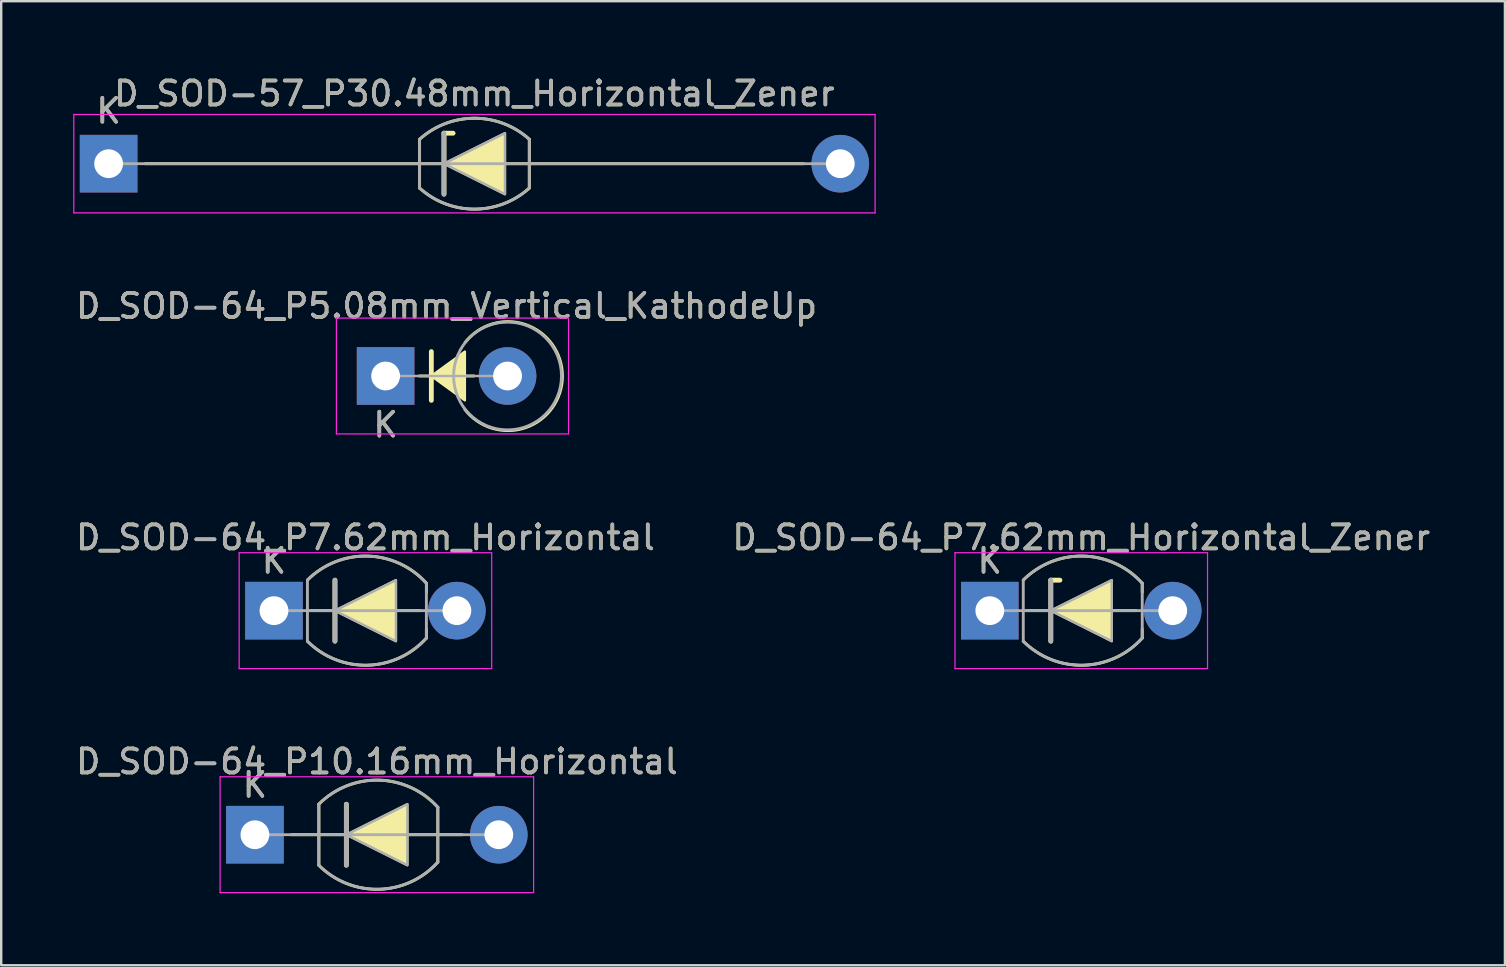
<source format=kicad_pcb>
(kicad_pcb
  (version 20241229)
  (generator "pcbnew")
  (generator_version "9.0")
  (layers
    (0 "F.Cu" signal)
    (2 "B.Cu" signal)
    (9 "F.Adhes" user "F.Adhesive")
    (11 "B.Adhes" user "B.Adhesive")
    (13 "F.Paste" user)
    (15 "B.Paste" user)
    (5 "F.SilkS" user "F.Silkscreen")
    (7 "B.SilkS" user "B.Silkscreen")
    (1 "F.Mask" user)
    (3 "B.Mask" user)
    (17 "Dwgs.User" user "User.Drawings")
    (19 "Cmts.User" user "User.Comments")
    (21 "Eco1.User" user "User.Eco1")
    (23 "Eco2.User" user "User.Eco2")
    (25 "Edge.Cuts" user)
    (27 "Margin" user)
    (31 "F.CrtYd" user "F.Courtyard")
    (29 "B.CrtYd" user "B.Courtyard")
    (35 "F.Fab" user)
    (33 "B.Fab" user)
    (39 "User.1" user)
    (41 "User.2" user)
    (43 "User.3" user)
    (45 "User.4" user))
  (footprint "D_SOD-64_P7.62mm_Horizontal"
    (layer "F.Cu")
    (at 8.363 22.389)
    (property "Reference" "D_SOD-64_P7.62mm_Horizontal" (at 3.81 -3.048 0) (layer "F.SilkS") (effects (font (size 1 1) (thickness 0.15))))
    (attr through_hole)
    (fp_line (start 1.524 0) (end 6.096 0) (stroke (width 0.12) (type solid)) (layer "F.SilkS"))
    (fp_line (start 2.54 1.27) (end 2.54 -1.27) (stroke (width 0.2) (type solid)) (layer "F.SilkS"))
    (fp_line (start 6.35 -1.143) (end 6.35 -0.762) (stroke (width 0.12) (type solid)) (layer "F.SilkS"))
    (fp_line (start 6.35 1.143) (end 6.35 0.762) (stroke (width 0.12) (type solid)) (layer "F.SilkS"))
    (fp_arc (start 1.39366 -1.27334) (mid 3.899833 -2.273039) (end 6.349998 -1.143) (stroke (width 0.12) (type solid)) (layer "F.SilkS"))
    (fp_arc (start 6.35 1.143) (mid 3.900216 2.273029) (end 1.394202 1.273879) (stroke (width 0.12) (type solid)) (layer "F.SilkS"))
    (fp_poly (pts (xy 5.08 1.27) (xy 2.54 0) (xy 5.08 -1.27)) (stroke (width 0.1) (type solid)) (fill yes) (layer "F.SilkS"))
    (fp_line (start -1.45 -2.413) (end -1.45 2.413) (stroke (width 0.05) (type solid)) (layer "F.CrtYd"))
    (fp_line (start -1.45 2.413) (end 9.07 2.413) (stroke (width 0.05) (type solid)) (layer "F.CrtYd"))
    (fp_line (start 9.07 -2.413) (end -1.45 -2.413) (stroke (width 0.05) (type solid)) (layer "F.CrtYd"))
    (fp_line (start 9.07 2.413) (end 9.07 -2.413) (stroke (width 0.05) (type solid)) (layer "F.CrtYd"))
    (fp_line (start 0.254 0) (end 7.366 0) (stroke (width 0.12) (type solid)) (layer "F.Fab"))
    (fp_line (start 1.394 1.274) (end 1.394 -1.273) (stroke (width 0.12) (type solid)) (layer "F.Fab"))
    (fp_line (start 2.54 1.27) (end 2.54 -1.27) (stroke (width 0.2) (type solid)) (layer "F.Fab"))
    (fp_line (start 6.35 -1.143) (end 6.35 1.143) (stroke (width 0.12) (type solid)) (layer "F.Fab"))
    (fp_arc (start 1.3942 -1.273879) (mid 3.900214 -2.273029) (end 6.349998 -1.143) (stroke (width 0.12) (type solid)) (layer "F.Fab"))
    (fp_arc (start 6.35 1.143) (mid 3.900216 2.273029) (end 1.394202 1.273879) (stroke (width 0.12) (type solid)) (layer "F.Fab"))
    (fp_poly (pts (xy 5.08 1.27) (xy 2.54 0) (xy 5.08 -1.27)) (stroke (width 0.1) (type solid)) (fill no) (layer "F.Fab"))
    (fp_text user "K" (at 0 -2.073 0) (layer "F.SilkS") (effects (font (size 1 1) (thickness 0.15))))
    (fp_text user "${REFERENCE}" (at 3.81 -3.048 0) (layer "F.Fab") (effects (font (size 1 1) (thickness 0.15))))
    (fp_text user "K" (at 0 -2.073 0) (layer "F.Fab") (effects (font (size 1 1) (thickness 0.15))))
    (pad "1" thru_hole rect (at 0 0) (size 2.4 2.4) (drill 1.2) (layers "*.Cu" "*.Mask"))
    (pad "2" thru_hole oval (at 7.62 0) (size 2.4 2.4) (drill 1.2) (layers "*.Cu" "*.Mask")))
  (footprint "D_SOD-64_P7.62mm_Horizontal_Zener"
    (layer "F.Cu")
    (at 38.184 22.389)
    (property "Reference" "D_SOD-64_P7.62mm_Horizontal_Zener" (at 3.81 -3.048 0) (layer "F.SilkS") (effects (font (size 1 1) (thickness 0.15))))
    (attr through_hole)
    (fp_line (start 1.524 0) (end 6.096 0) (stroke (width 0.12) (type solid)) (layer "F.SilkS"))
    (fp_line (start 2.54 -1.27) (end 2.921 -1.27) (stroke (width 0.2) (type solid)) (layer "F.SilkS"))
    (fp_line (start 2.54 1.27) (end 2.54 -1.27) (stroke (width 0.2) (type solid)) (layer "F.SilkS"))
    (fp_line (start 6.35 -1.143) (end 6.35 -0.762) (stroke (width 0.12) (type solid)) (layer "F.SilkS"))
    (fp_line (start 6.35 1.143) (end 6.35 0.762) (stroke (width 0.12) (type solid)) (layer "F.SilkS"))
    (fp_arc (start 1.39366 -1.27334) (mid 3.899833 -2.273039) (end 6.349998 -1.143) (stroke (width 0.12) (type solid)) (layer "F.SilkS"))
    (fp_arc (start 6.35 1.143) (mid 3.900216 2.273029) (end 1.394202 1.273879) (stroke (width 0.12) (type solid)) (layer "F.SilkS"))
    (fp_poly (pts (xy 5.08 1.27) (xy 2.54 0) (xy 5.08 -1.27)) (stroke (width 0.1) (type solid)) (fill yes) (layer "F.SilkS"))
    (fp_line (start -1.45 -2.413) (end -1.45 2.413) (stroke (width 0.05) (type solid)) (layer "F.CrtYd"))
    (fp_line (start -1.45 2.413) (end 9.07 2.413) (stroke (width 0.05) (type solid)) (layer "F.CrtYd"))
    (fp_line (start 9.07 -2.413) (end -1.45 -2.413) (stroke (width 0.05) (type solid)) (layer "F.CrtYd"))
    (fp_line (start 9.07 2.413) (end 9.07 -2.413) (stroke (width 0.05) (type solid)) (layer "F.CrtYd"))
    (fp_line (start 0.254 0) (end 7.366 0) (stroke (width 0.12) (type solid)) (layer "F.Fab"))
    (fp_line (start 1.394 1.274) (end 1.394 -1.273) (stroke (width 0.12) (type solid)) (layer "F.Fab"))
    (fp_line (start 2.54 1.27) (end 2.54 -1.27) (stroke (width 0.2) (type solid)) (layer "F.Fab"))
    (fp_line (start 6.35 -1.143) (end 6.35 1.143) (stroke (width 0.12) (type solid)) (layer "F.Fab"))
    (fp_arc (start 1.3942 -1.273879) (mid 3.900214 -2.273029) (end 6.349998 -1.143) (stroke (width 0.12) (type solid)) (layer "F.Fab"))
    (fp_arc (start 6.35 1.143) (mid 3.900216 2.273029) (end 1.394202 1.273879) (stroke (width 0.12) (type solid)) (layer "F.Fab"))
    (fp_poly (pts (xy 5.08 1.27) (xy 2.54 0) (xy 5.08 -1.27)) (stroke (width 0.1) (type solid)) (fill no) (layer "F.Fab"))
    (fp_text user "K" (at 0 -2.073 0) (layer "F.SilkS") (effects (font (size 1 1) (thickness 0.15))))
    (fp_text user "${REFERENCE}" (at 3.81 -3.048 0) (layer "F.Fab") (effects (font (size 1 1) (thickness 0.15))))
    (fp_text user "K" (at 0 -2.073 0) (layer "F.Fab") (effects (font (size 1 1) (thickness 0.15))))
    (pad "1" thru_hole rect (at 0 0) (size 2.4 2.4) (drill 1.2) (layers "*.Cu" "*.Mask"))
    (pad "2" thru_hole oval (at 7.62 0) (size 2.4 2.4) (drill 1.2) (layers "*.Cu" "*.Mask")))
  (footprint "D_SOD-64_P10.16mm_Horizontal"
    (layer "F.Cu")
    (at 7.569 31.723)
    (property "Reference" "D_SOD-64_P10.16mm_Horizontal" (at 5.08 -3.048 0) (layer "F.SilkS") (effects (font (size 1 1) (thickness 0.15))))
    (attr through_hole)
    (fp_line (start 1.524 0) (end 8.636 0) (stroke (width 0.12) (type solid)) (layer "F.SilkS"))
    (fp_line (start 2.664 1.27) (end 2.664 -1.273) (stroke (width 0.12) (type solid)) (layer "F.SilkS"))
    (fp_line (start 3.81 1.27) (end 3.81 -1.27) (stroke (width 0.2) (type solid)) (layer "F.SilkS"))
    (fp_line (start 7.62 -1.143) (end 7.62 1.143) (stroke (width 0.12) (type solid)) (layer "F.SilkS"))
    (fp_arc (start 2.66366 -1.27334) (mid 5.169833 -2.273039) (end 7.619998 -1.143) (stroke (width 0.12) (type solid)) (layer "F.SilkS"))
    (fp_arc (start 7.62 1.143) (mid 5.170216 2.273029) (end 2.664202 1.273879) (stroke (width 0.12) (type solid)) (layer "F.SilkS"))
    (fp_poly (pts (xy 6.35 1.27) (xy 3.81 0) (xy 6.35 -1.27)) (stroke (width 0.1) (type solid)) (fill yes) (layer "F.SilkS"))
    (fp_line (start -1.45 -2.413) (end -1.45 2.413) (stroke (width 0.05) (type solid)) (layer "F.CrtYd"))
    (fp_line (start -1.45 2.413) (end 11.61 2.413) (stroke (width 0.05) (type solid)) (layer "F.CrtYd"))
    (fp_line (start 11.61 -2.413) (end -1.45 -2.413) (stroke (width 0.05) (type solid)) (layer "F.CrtYd"))
    (fp_line (start 11.61 2.413) (end 11.61 -2.413) (stroke (width 0.05) (type solid)) (layer "F.CrtYd"))
    (fp_line (start 0 0) (end 10.16 0) (stroke (width 0.12) (type solid)) (layer "F.Fab"))
    (fp_line (start 2.664 1.274) (end 2.664 -1.273) (stroke (width 0.12) (type solid)) (layer "F.Fab"))
    (fp_line (start 3.81 1.27) (end 3.81 -1.27) (stroke (width 0.2) (type solid)) (layer "F.Fab"))
    (fp_line (start 7.62 -1.143) (end 7.62 1.143) (stroke (width 0.12) (type solid)) (layer "F.Fab"))
    (fp_arc (start 2.6642 -1.273879) (mid 5.170214 -2.273029) (end 7.619998 -1.143) (stroke (width 0.12) (type solid)) (layer "F.Fab"))
    (fp_arc (start 7.62 1.143) (mid 5.170216 2.273029) (end 2.664202 1.273879) (stroke (width 0.12) (type solid)) (layer "F.Fab"))
    (fp_poly (pts (xy 6.35 1.27) (xy 3.81 0) (xy 6.35 -1.27)) (stroke (width 0.1) (type solid)) (fill no) (layer "F.Fab"))
    (fp_text user "K" (at 0 -2.073 0) (layer "F.SilkS") (effects (font (size 1 1) (thickness 0.15))))
    (fp_text user "K" (at 0 -2.073 0) (layer "F.Fab") (effects (font (size 1 1) (thickness 0.15))))
    (fp_text user "${REFERENCE}" (at 5.08 -3.048 0) (layer "F.Fab") (effects (font (size 1 1) (thickness 0.15))))
    (pad "1" thru_hole rect (at 0 0) (size 2.4 2.4) (drill 1.2) (layers "*.Cu" "*.Mask"))
    (pad "2" thru_hole oval (at 10.16 0) (size 2.4 2.4) (drill 1.2) (layers "*.Cu" "*.Mask")))
  (footprint "D_SOD-57_P30.48mm_Horizontal_Zener"
    (layer "F.Cu")
    (at 1.475 3.769)
    (property "Reference" "D_SOD-57_P30.48mm_Horizontal_Zener" (at 15.24 -2.92 0) (layer "F.SilkS") (effects (font (size 1 1) (thickness 0.15))))
    (attr through_hole)
    (fp_line (start 1.524 0) (end 28.956 0) (stroke (width 0.12) (type solid)) (layer "F.SilkS"))
    (fp_line (start 12.954 -1.016) (end 12.954 1.016) (stroke (width 0.12) (type solid)) (layer "F.SilkS"))
    (fp_line (start 13.97 -1.27) (end 14.351 -1.27) (stroke (width 0.2) (type solid)) (layer "F.SilkS"))
    (fp_line (start 13.97 1.27) (end 13.97 -1.27) (stroke (width 0.2) (type solid)) (layer "F.SilkS"))
    (fp_line (start 17.526 -1.016) (end 17.526 1.016) (stroke (width 0.12) (type solid)) (layer "F.SilkS"))
    (fp_arc (start 12.954 -1.016) (mid 15.239999 -1.89322) (end 17.525998 -1.016) (stroke (width 0.12) (type solid)) (layer "F.SilkS"))
    (fp_arc (start 17.526 1.016) (mid 15.240001 1.89322) (end 12.954002 1.016) (stroke (width 0.12) (type solid)) (layer "F.SilkS"))
    (fp_poly (pts (xy 16.51 1.27) (xy 13.97 0) (xy 16.51 -1.27)) (stroke (width 0.1) (type solid)) (fill yes) (layer "F.SilkS"))
    (fp_line (start -1.45 -2.05) (end -1.45 2.05) (stroke (width 0.05) (type solid)) (layer "F.CrtYd"))
    (fp_line (start -1.45 2.05) (end 31.93 2.05) (stroke (width 0.05) (type solid)) (layer "F.CrtYd"))
    (fp_line (start 31.93 -2.05) (end -1.45 -2.05) (stroke (width 0.05) (type solid)) (layer "F.CrtYd"))
    (fp_line (start 31.93 2.05) (end 31.93 -2.05) (stroke (width 0.05) (type solid)) (layer "F.CrtYd"))
    (fp_line (start 0 0) (end 30.48 0) (stroke (width 0.12) (type solid)) (layer "F.Fab"))
    (fp_line (start 12.954 -1.016) (end 12.954 1.016) (stroke (width 0.12) (type solid)) (layer "F.Fab"))
    (fp_line (start 13.97 1.27) (end 13.97 -1.27) (stroke (width 0.2) (type solid)) (layer "F.Fab"))
    (fp_line (start 17.526 -1.016) (end 17.526 1.016) (stroke (width 0.12) (type solid)) (layer "F.Fab"))
    (fp_arc (start 12.954 -1.016) (mid 15.24037 -1.894241) (end 17.527132 -1.017021) (stroke (width 0.12) (type solid)) (layer "F.Fab"))
    (fp_arc (start 17.527134 1.014979) (mid 15.240764 1.89322) (end 12.954002 1.016) (stroke (width 0.12) (type solid)) (layer "F.Fab"))
    (fp_poly (pts (xy 16.51 1.27) (xy 13.97 0) (xy 16.51 -1.27)) (stroke (width 0.1) (type solid)) (fill no) (layer "F.Fab"))
    (fp_text user "K" (at 0 -2.2 0) (layer "F.SilkS") (effects (font (size 1 1) (thickness 0.15))))
    (fp_text user "K" (at 0 -2.2 0) (layer "F.Fab") (effects (font (size 1 1) (thickness 0.15))))
    (fp_text user "${REFERENCE}" (at 15.24 -2.921 0) (layer "F.Fab") (effects (font (size 1 1) (thickness 0.15))))
    (pad "1" thru_hole rect (at 0 0) (size 2.4 2.4) (drill 1.2) (layers "*.Cu" "*.Mask"))
    (pad "2" thru_hole oval (at 30.48 0) (size 2.4 2.4) (drill 1.2) (layers "*.Cu" "*.Mask")))
  (footprint "D_SOD-64_P5.08mm_Vertical_KathodeUp"
    (layer "F.Cu")
    (at 13.014 12.613)
    (property "Reference" "D_SOD-64_P5.08mm_Vertical_KathodeUp" (at 2.54 -2.92 0) (layer "F.SilkS") (effects (font (size 1 1) (thickness 0.15))))
    (attr through_hole)
    (fp_line (start 1.397 0) (end 2.413 0) (stroke (width 0.12) (type solid)) (layer "F.SilkS"))
    (fp_line (start 1.905 -1.016) (end 1.905 1.016) (stroke (width 0.2) (type solid)) (layer "F.SilkS"))
    (fp_line (start 1.92 0) (end 3.683 0) (stroke (width 0.12) (type solid)) (layer "F.SilkS"))
    (fp_arc (start 3.307539 -1.392669) (mid 7.36629 0.01023) (end 3.302 1.397) (stroke (width 0.12) (type solid)) (layer "F.SilkS"))
    (fp_poly (pts (xy 3.302 1.016) (xy 1.905 0) (xy 3.302 -1.016)) (stroke (width 0.1) (type solid)) (fill yes) (layer "F.SilkS"))
    (fp_line (start -2.05 -2.413) (end -2.05 2.413) (stroke (width 0.05) (type solid)) (layer "F.CrtYd"))
    (fp_line (start -2.05 2.413) (end 7.62 2.413) (stroke (width 0.05) (type solid)) (layer "F.CrtYd"))
    (fp_line (start 7.62 -2.413) (end -2.05 -2.413) (stroke (width 0.05) (type solid)) (layer "F.CrtYd"))
    (fp_line (start 7.62 2.413) (end 7.62 -2.413) (stroke (width 0.05) (type solid)) (layer "F.CrtYd"))
    (fp_line (start 0 0) (end 5.08 0) (stroke (width 0.1) (type solid)) (layer "F.Fab"))
    (fp_circle (center 5.08 0) (end 3.429 -1.524) (stroke (width 0.12) (type solid)) (fill no) (layer "F.Fab"))
    (fp_text user "K" (at 0 2.032 0) (layer "F.SilkS") (effects (font (size 1 1) (thickness 0.15))))
    (fp_text user "${REFERENCE}" (at 2.54 -2.92 0) (layer "F.Fab") (effects (font (size 1 1) (thickness 0.15))))
    (fp_text user "K" (at 0 2.032 0) (layer "F.Fab") (effects (font (size 1 1) (thickness 0.15))))
    (pad "1" thru_hole rect (at 0 0) (size 2.4 2.4) (drill 1.2) (layers "*.Cu" "*.Mask"))
    (pad "2" thru_hole oval (at 5.08 0) (size 2.4 2.4) (drill 1.2) (layers "*.Cu" "*.Mask")))
  (gr_rect
    (start -3 -3)
    (end 59.643 37.161)
    (stroke (width 0.1) (type default))
    (fill no)
    (layer "Edge.Cuts")))
</source>
